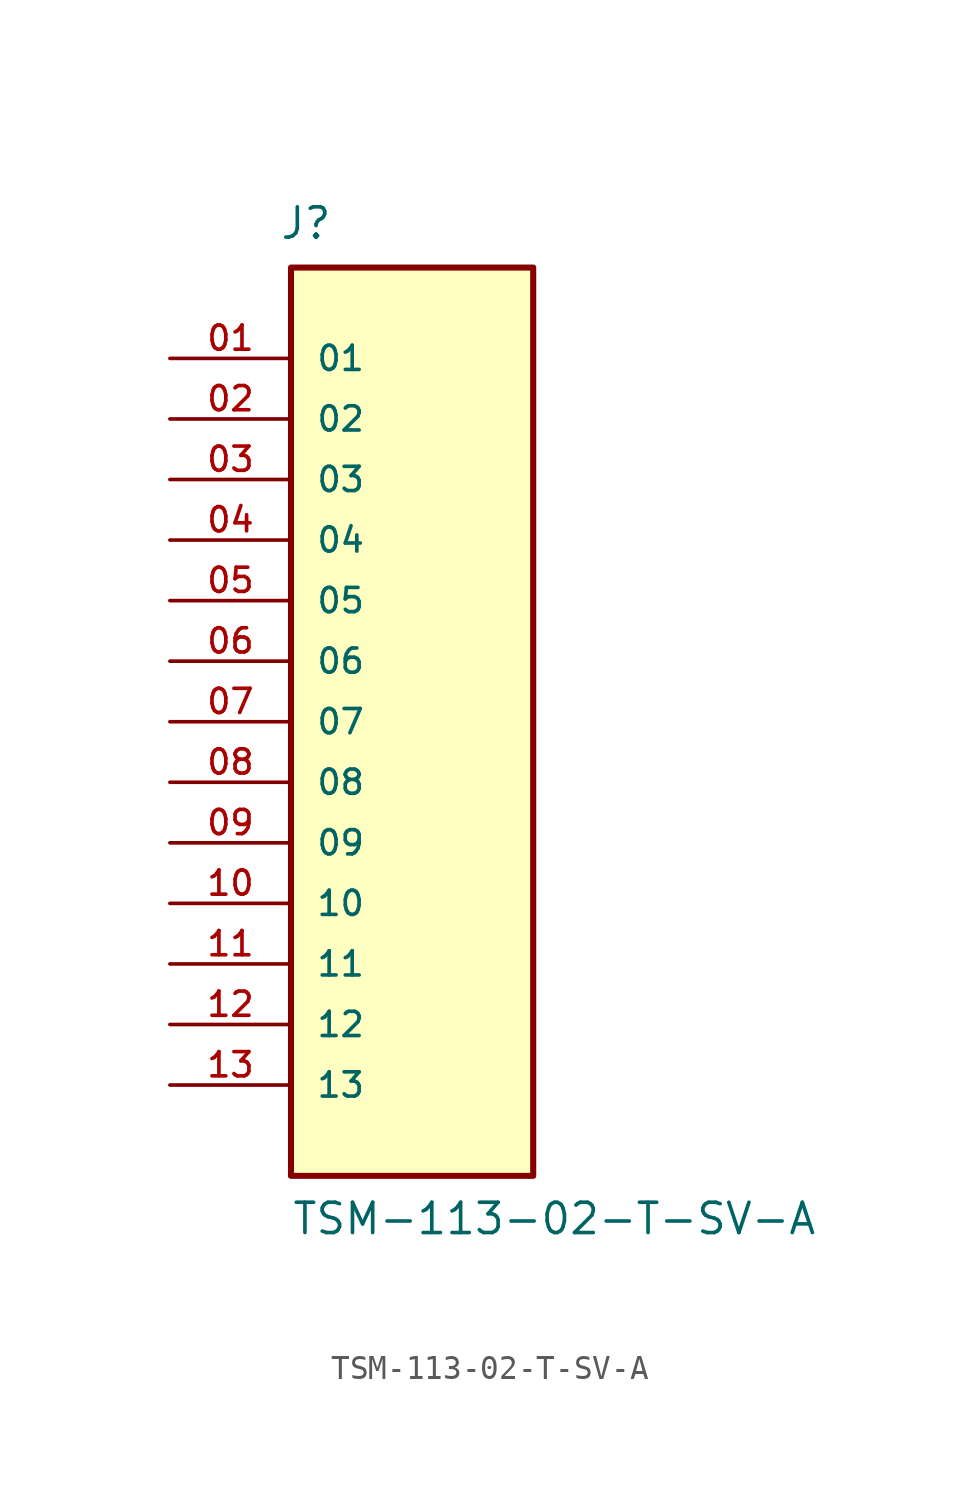
<source format=kicad_sym>
(kicad_symbol_lib
  (version 20211014)
  (generator kicad_symbol_editor)
  (symbol "TSM-113-02-T-SV-A"
    (pin_names
      (offset 1.016))
    (property "Reference" "J"
      (at -5.58 20.166 0)
      (effects (font (size 1.27 1.27)) (justify bottom left)))
    (property "Value" "TSM-113-02-T-SV-A"
      (at -5.08 -21.59 0)
      (effects (font (size 1.27 1.27)) (justify bottom left)))
    (symbol "TSM-113-02-T-SV-A_0_0"
      (rectangle (start -5.08 -19.05) (end 5.08 19.05) (stroke (width 0.254)) (fill (type background)))
      (pin passive line (at -10.16 15.24 0) (length 5.08) (name "01" (effects (font (size 1.016 1.016)))) (number "01" (effects (font (size 1.016 1.016)))))
      (pin passive line (at -10.16 12.7 0) (length 5.08) (name "02" (effects (font (size 1.016 1.016)))) (number "02" (effects (font (size 1.016 1.016)))))
      (pin passive line (at -10.16 10.16 0) (length 5.08) (name "03" (effects (font (size 1.016 1.016)))) (number "03" (effects (font (size 1.016 1.016)))))
      (pin passive line (at -10.16 7.62 0) (length 5.08) (name "04" (effects (font (size 1.016 1.016)))) (number "04" (effects (font (size 1.016 1.016)))))
      (pin passive line (at -10.16 5.08 0) (length 5.08) (name "05" (effects (font (size 1.016 1.016)))) (number "05" (effects (font (size 1.016 1.016)))))
      (pin passive line (at -10.16 2.54 0) (length 5.08) (name "06" (effects (font (size 1.016 1.016)))) (number "06" (effects (font (size 1.016 1.016)))))
      (pin passive line (at -10.16 0.0 0) (length 5.08) (name "07" (effects (font (size 1.016 1.016)))) (number "07" (effects (font (size 1.016 1.016)))))
      (pin passive line (at -10.16 -2.54 0) (length 5.08) (name "08" (effects (font (size 1.016 1.016)))) (number "08" (effects (font (size 1.016 1.016)))))
      (pin passive line (at -10.16 -5.08 0) (length 5.08) (name "09" (effects (font (size 1.016 1.016)))) (number "09" (effects (font (size 1.016 1.016)))))
      (pin passive line (at -10.16 -7.62 0) (length 5.08) (name "10" (effects (font (size 1.016 1.016)))) (number "10" (effects (font (size 1.016 1.016)))))
      (pin passive line (at -10.16 -10.16 0) (length 5.08) (name "11" (effects (font (size 1.016 1.016)))) (number "11" (effects (font (size 1.016 1.016)))))
      (pin passive line (at -10.16 -12.7 0) (length 5.08) (name "12" (effects (font (size 1.016 1.016)))) (number "12" (effects (font (size 1.016 1.016)))))
      (pin passive line (at -10.16 -15.24 0) (length 5.08) (name "13" (effects (font (size 1.016 1.016)))) (number "13" (effects (font (size 1.016 1.016))))))))
</source>
